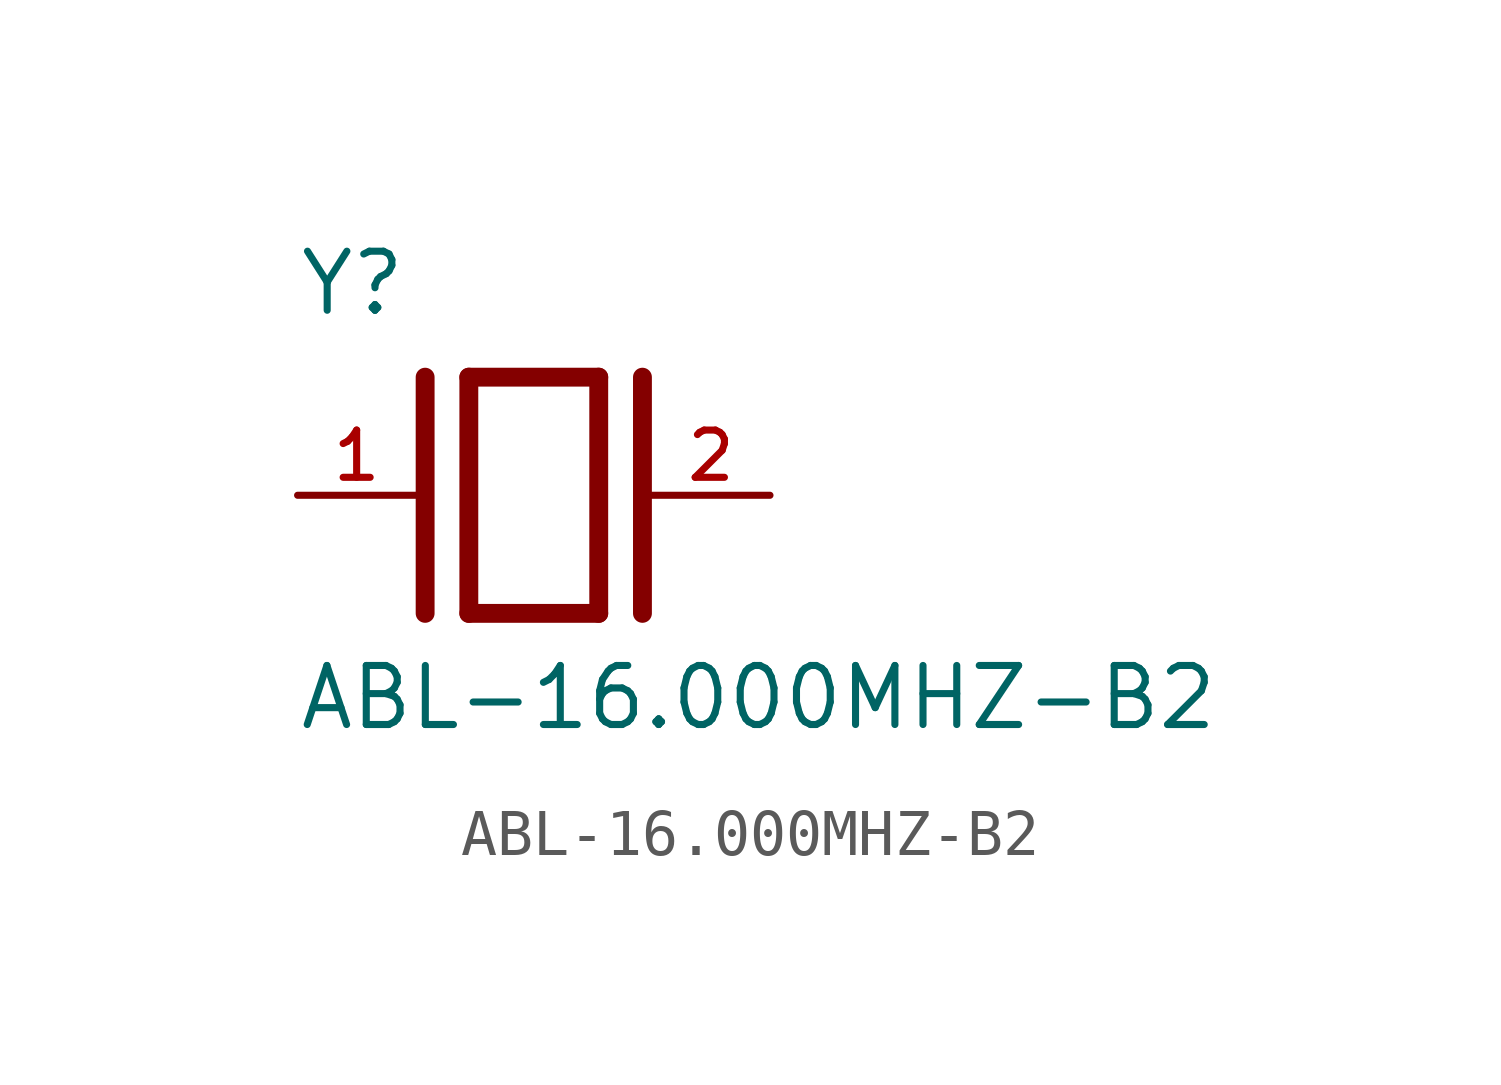
<source format=kicad_sym>
(kicad_symbol_lib
  (version 20231120)
  (generator "kicad_symbol_editor")
  (generator_version "8.0")
  (symbol "ABL-16.000MHZ-B2"
    (pin_names
      (offset 1.016))
    (property "Reference" "Y"
      (at -5.088 3.816 0)
      (effects (font (size 1.27 1.27)) (justify left bottom)))
    (property "Value" "ABL-16.000MHZ-B2"
      (at -5.094 -5.094 0)
      (effects (font (size 1.27 1.27)) (justify left bottom)))
    (symbol "ABL-16.000MHZ-B2_0_0"
      (polyline (pts (xy -2.337 2.54) (xy -2.337 -2.54)) (stroke (width 0.406) (type default)) (fill (type none)))
      (polyline (pts (xy -1.397 2.54) (xy -1.397 -2.54)) (stroke (width 0.406) (type default)) (fill (type none)))
      (polyline (pts (xy -1.397 2.54) (xy 1.397 2.54)) (stroke (width 0.406) (type default)) (fill (type none)))
      (polyline (pts (xy 1.397 -2.54) (xy -1.397 -2.54)) (stroke (width 0.406) (type default)) (fill (type none)))
      (polyline (pts (xy 1.397 2.54) (xy 1.397 -2.54)) (stroke (width 0.406) (type default)) (fill (type none)))
      (polyline (pts (xy 2.337 2.54) (xy 2.337 -2.54)) (stroke (width 0.406) (type default)) (fill (type none)))
      (pin passive line (at -5.08 0 0) (length 2.54) (name "~" (effects (font (size 1.016 1.016)))) (number "1" (effects (font (size 1.016 1.016)))))
      (pin passive line (at 5.08 0 180) (length 2.54) (name "~" (effects (font (size 1.016 1.016)))) (number "2" (effects (font (size 1.016 1.016))))))))
</source>
